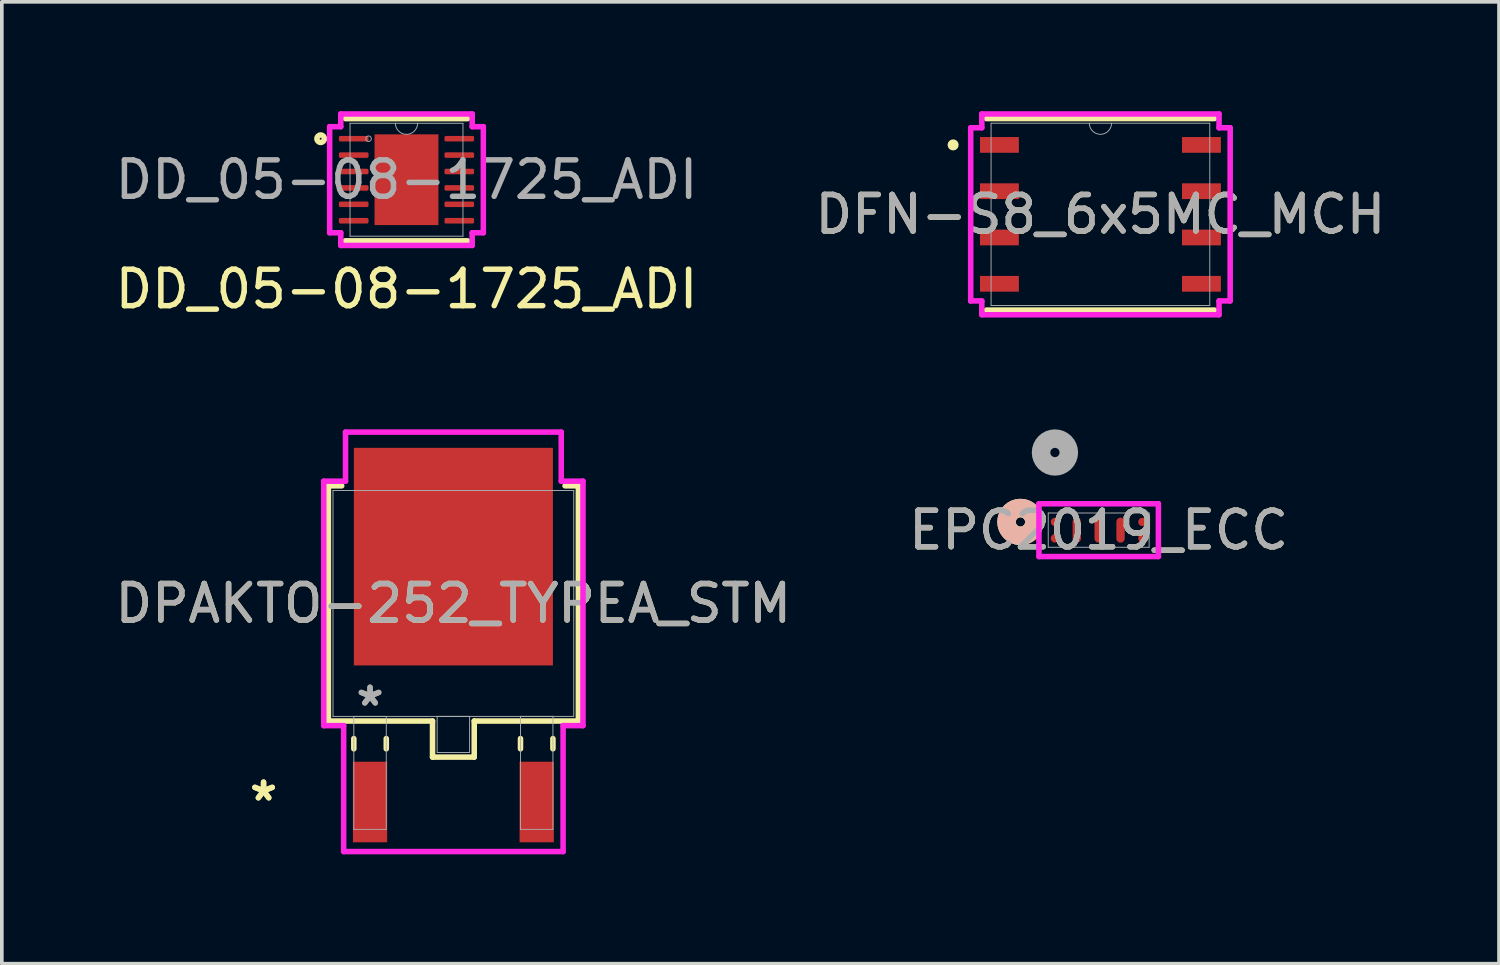
<source format=kicad_pcb>
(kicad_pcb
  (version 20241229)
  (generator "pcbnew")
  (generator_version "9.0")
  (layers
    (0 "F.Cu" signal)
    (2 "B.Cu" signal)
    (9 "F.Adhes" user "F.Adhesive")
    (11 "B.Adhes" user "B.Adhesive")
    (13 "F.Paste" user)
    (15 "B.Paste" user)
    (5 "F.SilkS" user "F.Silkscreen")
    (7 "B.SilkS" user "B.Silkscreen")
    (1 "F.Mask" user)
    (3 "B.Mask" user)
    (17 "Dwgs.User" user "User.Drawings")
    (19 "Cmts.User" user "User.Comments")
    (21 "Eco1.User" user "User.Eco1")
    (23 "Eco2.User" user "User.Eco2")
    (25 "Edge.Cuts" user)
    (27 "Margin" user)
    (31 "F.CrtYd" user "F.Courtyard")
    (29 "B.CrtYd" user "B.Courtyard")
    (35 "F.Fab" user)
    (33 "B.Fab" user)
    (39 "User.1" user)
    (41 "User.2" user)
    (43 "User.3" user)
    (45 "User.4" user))
  (footprint "DFN-S8_6x5MC_MCH"
    (layer "F.Cu")
    (at 27.137 2.83)
    (property "Reference" "DFN-S8_6x5MC_MCH" (at 0 0 0) (unlocked yes) (layer "F.SilkS") (effects (font (size 1 1) (thickness 0.15))))
    (attr smd)
    (fp_line (start -3.127 2.627) (end 3.127 2.627) (stroke (width 0.152) (type solid)) (layer "F.SilkS"))
    (fp_line (start 3.127 -2.627) (end -3.127 -2.627) (stroke (width 0.152) (type solid)) (layer "F.SilkS"))
    (fp_circle (center -4.041 -1.905) (end -3.965 -1.905) (stroke (width 0.152) (type solid)) (fill no) (layer "F.SilkS"))
    (fp_line (start -3.559 -2.375) (end -3.254 -2.375) (stroke (width 0.152) (type solid)) (layer "F.CrtYd"))
    (fp_line (start -3.559 2.375) (end -3.559 -2.375) (stroke (width 0.152) (type solid)) (layer "F.CrtYd"))
    (fp_line (start -3.559 2.375) (end -3.254 2.375) (stroke (width 0.152) (type solid)) (layer "F.CrtYd"))
    (fp_line (start -3.254 -2.754) (end 3.254 -2.754) (stroke (width 0.152) (type solid)) (layer "F.CrtYd"))
    (fp_line (start -3.254 -2.375) (end -3.254 -2.754) (stroke (width 0.152) (type solid)) (layer "F.CrtYd"))
    (fp_line (start -3.254 2.754) (end -3.254 2.375) (stroke (width 0.152) (type solid)) (layer "F.CrtYd"))
    (fp_line (start 3.254 -2.754) (end 3.254 -2.375) (stroke (width 0.152) (type solid)) (layer "F.CrtYd"))
    (fp_line (start 3.254 2.375) (end 3.254 2.754) (stroke (width 0.152) (type solid)) (layer "F.CrtYd"))
    (fp_line (start 3.254 2.754) (end -3.254 2.754) (stroke (width 0.152) (type solid)) (layer "F.CrtYd"))
    (fp_line (start 3.559 -2.375) (end 3.254 -2.375) (stroke (width 0.152) (type solid)) (layer "F.CrtYd"))
    (fp_line (start 3.559 -2.375) (end 3.559 2.375) (stroke (width 0.152) (type solid)) (layer "F.CrtYd"))
    (fp_line (start 3.559 2.375) (end 3.254 2.375) (stroke (width 0.152) (type solid)) (layer "F.CrtYd"))
    (fp_line (start -3 -2.5) (end -3 2.5) (stroke (width 0.025) (type solid)) (layer "F.Fab"))
    (fp_line (start -3 2.5) (end 3 2.5) (stroke (width 0.025) (type solid)) (layer "F.Fab"))
    (fp_line (start 3 -2.5) (end -3 -2.5) (stroke (width 0.025) (type solid)) (layer "F.Fab"))
    (fp_line (start 3 2.5) (end 3 -2.5) (stroke (width 0.025) (type solid)) (layer "F.Fab"))
    (fp_arc (start 0.3048 -2.5) (mid 0 -2.1952) (end -0.3048 -2.5) (stroke (width 0.0254) (type solid)) (layer "F.Fab"))
    (fp_text user "${REFERENCE}" (at 0 0 0) (unlocked yes) (layer "F.Fab") (effects (font (size 1 1) (thickness 0.15))))
    (pad "1" smd rect (at -2.771 -1.905) (size 1.067 0.432) (layers "F.Cu" "F.Mask" "F.Paste"))
    (pad "2" smd rect (at -2.771 -0.635) (size 1.067 0.432) (layers "F.Cu" "F.Mask" "F.Paste"))
    (pad "3" smd rect (at -2.771 0.635) (size 1.067 0.432) (layers "F.Cu" "F.Mask" "F.Paste"))
    (pad "4" smd rect (at -2.771 1.905) (size 1.067 0.432) (layers "F.Cu" "F.Mask" "F.Paste"))
    (pad "5" smd rect (at 2.771 1.905) (size 1.067 0.432) (layers "F.Cu" "F.Mask" "F.Paste"))
    (pad "6" smd rect (at 2.771 0.635) (size 1.067 0.432) (layers "F.Cu" "F.Mask" "F.Paste"))
    (pad "7" smd rect (at 2.771 -0.635) (size 1.067 0.432) (layers "F.Cu" "F.Mask" "F.Paste"))
    (pad "8" smd rect (at 2.771 -1.905) (size 1.067 0.432) (layers "F.Cu" "F.Mask" "F.Paste")))
  (footprint "DD_05-08-1725_ADI"
    (layer "F.Cu")
    (at 8.101 1.88)
    (property "Reference" "DD_05-08-1725_ADI" (at 0 3 0) (layer "F.SilkS") (effects (font (size 1 1) (thickness 0.15))))
    (attr smd)
    (fp_line (start -1.676 1.676) (end 1.676 1.676) (stroke (width 0.152) (type solid)) (layer "F.SilkS"))
    (fp_line (start 1.676 -1.676) (end -1.676 -1.676) (stroke (width 0.152) (type solid)) (layer "F.SilkS"))
    (fp_circle (center -2.355 -1.125) (end -2.253 -1.125) (stroke (width 0.152) (type solid)) (fill no) (layer "F.SilkS"))
    (fp_line (start -2.108 -1.455) (end -1.803 -1.455) (stroke (width 0.152) (type solid)) (layer "F.CrtYd"))
    (fp_line (start -2.108 1.455) (end -2.108 -1.455) (stroke (width 0.152) (type solid)) (layer "F.CrtYd"))
    (fp_line (start -2.108 1.455) (end -1.803 1.455) (stroke (width 0.152) (type solid)) (layer "F.CrtYd"))
    (fp_line (start -1.803 -1.803) (end 1.803 -1.803) (stroke (width 0.152) (type solid)) (layer "F.CrtYd"))
    (fp_line (start -1.803 -1.455) (end -1.803 -1.803) (stroke (width 0.152) (type solid)) (layer "F.CrtYd"))
    (fp_line (start -1.803 1.803) (end -1.803 1.455) (stroke (width 0.152) (type solid)) (layer "F.CrtYd"))
    (fp_line (start 1.803 -1.803) (end 1.803 -1.455) (stroke (width 0.152) (type solid)) (layer "F.CrtYd"))
    (fp_line (start 1.803 1.455) (end 1.803 1.803) (stroke (width 0.152) (type solid)) (layer "F.CrtYd"))
    (fp_line (start 1.803 1.803) (end -1.803 1.803) (stroke (width 0.152) (type solid)) (layer "F.CrtYd"))
    (fp_line (start 2.108 -1.455) (end 1.803 -1.455) (stroke (width 0.152) (type solid)) (layer "F.CrtYd"))
    (fp_line (start 2.108 -1.455) (end 2.108 1.455) (stroke (width 0.152) (type solid)) (layer "F.CrtYd"))
    (fp_line (start 2.108 1.455) (end 1.803 1.455) (stroke (width 0.152) (type solid)) (layer "F.CrtYd"))
    (fp_line (start -1.549 -1.549) (end -1.549 1.549) (stroke (width 0.025) (type solid)) (layer "F.Fab"))
    (fp_line (start -1.549 1.549) (end 1.549 1.549) (stroke (width 0.025) (type solid)) (layer "F.Fab"))
    (fp_line (start 1.549 -1.549) (end -1.549 -1.549) (stroke (width 0.025) (type solid)) (layer "F.Fab"))
    (fp_line (start 1.549 1.549) (end 1.549 -1.549) (stroke (width 0.025) (type solid)) (layer "F.Fab"))
    (fp_arc (start 0.3048 -1.5494) (mid 0 -1.2446) (end -0.3048 -1.5494) (stroke (width 0.0254) (type solid)) (layer "F.Fab"))
    (fp_circle (center -1.041 -1.125) (end -0.965 -1.125) (stroke (width 0.025) (type solid)) (fill no) (layer "F.Fab"))
    (fp_text user "${REFERENCE}" (at 0 0 0) (layer "F.Fab") (effects (font (size 1 1) (thickness 0.15))))
    (pad "1" smd roundrect (at -1.448 -1.125) (size 0.813 0.152) (layers "F.Cu" "F.Mask" "F.Paste") (roundrect_rratio 0.25))
    (pad "2" smd roundrect (at -1.448 -0.675) (size 0.813 0.152) (layers "F.Cu" "F.Mask" "F.Paste") (roundrect_rratio 0.25))
    (pad "3" smd roundrect (at -1.448 -0.225) (size 0.813 0.152) (layers "F.Cu" "F.Mask" "F.Paste") (roundrect_rratio 0.25))
    (pad "4" smd roundrect (at -1.448 0.225) (size 0.813 0.152) (layers "F.Cu" "F.Mask" "F.Paste") (roundrect_rratio 0.25))
    (pad "5" smd roundrect (at -1.448 0.675) (size 0.813 0.152) (layers "F.Cu" "F.Mask" "F.Paste") (roundrect_rratio 0.25))
    (pad "6" smd roundrect (at -1.448 1.125) (size 0.813 0.152) (layers "F.Cu" "F.Mask" "F.Paste") (roundrect_rratio 0.25))
    (pad "7" smd roundrect (at 1.448 1.125) (size 0.813 0.152) (layers "F.Cu" "F.Mask" "F.Paste") (roundrect_rratio 0.25))
    (pad "8" smd roundrect (at 1.448 0.675) (size 0.813 0.152) (layers "F.Cu" "F.Mask" "F.Paste") (roundrect_rratio 0.25))
    (pad "9" smd roundrect (at 1.448 0.225) (size 0.813 0.152) (layers "F.Cu" "F.Mask" "F.Paste") (roundrect_rratio 0.25))
    (pad "10" smd roundrect (at 1.448 -0.225) (size 0.813 0.152) (layers "F.Cu" "F.Mask" "F.Paste") (roundrect_rratio 0.25))
    (pad "11" smd roundrect (at 1.448 -0.675) (size 0.813 0.152) (layers "F.Cu" "F.Mask" "F.Paste") (roundrect_rratio 0.25))
    (pad "12" smd roundrect (at 1.448 -1.125) (size 0.813 0.152) (layers "F.Cu" "F.Mask" "F.Paste") (roundrect_rratio 0.25))
    (pad "13" smd rect (at 0 0) (size 1.753 2.489) (layers "F.Cu" "F.Mask" "F.Paste")))
  (footprint "DPAKTO-252_TYPEA_STM"
    (layer "F.Cu")
    (at 9.387 13.503)
    (property "Reference" "DPAKTO-252_TYPEA_STM" (at 0 0 0) (unlocked yes) (layer "F.SilkS") (effects (font (size 1 1) (thickness 0.15))))
    (attr smd)
    (fp_line (start -3.429 -3.226) (end -3.429 3.226) (stroke (width 0.152) (type solid)) (layer "F.SilkS"))
    (fp_line (start -3.429 3.226) (end -0.572 3.226) (stroke (width 0.152) (type solid)) (layer "F.SilkS"))
    (fp_line (start -3.063 -3.226) (end -3.429 -3.226) (stroke (width 0.152) (type solid)) (layer "F.SilkS"))
    (fp_line (start -2.731 3.708) (end -2.731 3.988) (stroke (width 0.152) (type solid)) (layer "F.SilkS"))
    (fp_line (start -1.841 3.708) (end -1.841 3.988) (stroke (width 0.152) (type solid)) (layer "F.SilkS"))
    (fp_line (start -0.572 3.226) (end -0.572 4.216) (stroke (width 0.152) (type solid)) (layer "F.SilkS"))
    (fp_line (start -0.572 4.216) (end 0.572 4.216) (stroke (width 0.152) (type solid)) (layer "F.SilkS"))
    (fp_line (start 0.572 3.226) (end 3.429 3.226) (stroke (width 0.152) (type solid)) (layer "F.SilkS"))
    (fp_line (start 0.572 4.216) (end 0.572 3.226) (stroke (width 0.152) (type solid)) (layer "F.SilkS"))
    (fp_line (start 1.841 3.708) (end 1.841 3.988) (stroke (width 0.152) (type solid)) (layer "F.SilkS"))
    (fp_line (start 2.731 3.708) (end 2.731 3.988) (stroke (width 0.152) (type solid)) (layer "F.SilkS"))
    (fp_line (start 3.429 -3.226) (end 3.063 -3.226) (stroke (width 0.152) (type solid)) (layer "F.SilkS"))
    (fp_line (start 3.429 3.226) (end 3.429 -3.226) (stroke (width 0.152) (type solid)) (layer "F.SilkS"))
    (fp_line (start -3.556 -3.353) (end -2.959 -3.353) (stroke (width 0.152) (type solid)) (layer "F.CrtYd"))
    (fp_line (start -3.556 3.353) (end -3.556 -3.353) (stroke (width 0.152) (type solid)) (layer "F.CrtYd"))
    (fp_line (start -3.01 3.353) (end -3.556 3.353) (stroke (width 0.152) (type solid)) (layer "F.CrtYd"))
    (fp_line (start -3.01 6.807) (end -3.01 3.353) (stroke (width 0.152) (type solid)) (layer "F.CrtYd"))
    (fp_line (start -2.959 -4.699) (end 2.959 -4.699) (stroke (width 0.152) (type solid)) (layer "F.CrtYd"))
    (fp_line (start -2.959 -3.353) (end -2.959 -4.699) (stroke (width 0.152) (type solid)) (layer "F.CrtYd"))
    (fp_line (start 2.959 -4.699) (end 2.959 -3.353) (stroke (width 0.152) (type solid)) (layer "F.CrtYd"))
    (fp_line (start 2.959 -3.353) (end 3.556 -3.353) (stroke (width 0.152) (type solid)) (layer "F.CrtYd"))
    (fp_line (start 3.01 3.353) (end 3.01 6.807) (stroke (width 0.152) (type solid)) (layer "F.CrtYd"))
    (fp_line (start 3.01 6.807) (end -3.01 6.807) (stroke (width 0.152) (type solid)) (layer "F.CrtYd"))
    (fp_line (start 3.556 -3.353) (end 3.556 3.353) (stroke (width 0.152) (type solid)) (layer "F.CrtYd"))
    (fp_line (start 3.556 3.353) (end 3.01 3.353) (stroke (width 0.152) (type solid)) (layer "F.CrtYd"))
    (fp_line (start -3.302 -3.099) (end -3.302 3.099) (stroke (width 0.025) (type solid)) (layer "F.Fab"))
    (fp_line (start -3.302 3.099) (end 3.302 3.099) (stroke (width 0.025) (type solid)) (layer "F.Fab"))
    (fp_line (start -2.731 3.099) (end -2.731 6.198) (stroke (width 0.025) (type solid)) (layer "F.Fab"))
    (fp_line (start -2.731 6.198) (end -1.841 6.198) (stroke (width 0.025) (type solid)) (layer "F.Fab"))
    (fp_line (start -1.841 3.099) (end -2.731 3.099) (stroke (width 0.025) (type solid)) (layer "F.Fab"))
    (fp_line (start -1.841 6.198) (end -1.841 3.099) (stroke (width 0.025) (type solid)) (layer "F.Fab"))
    (fp_line (start -0.445 3.099) (end -0.445 4.089) (stroke (width 0.025) (type solid)) (layer "F.Fab"))
    (fp_line (start -0.445 4.089) (end 0.445 4.089) (stroke (width 0.025) (type solid)) (layer "F.Fab"))
    (fp_line (start 0.445 3.099) (end -0.445 3.099) (stroke (width 0.025) (type solid)) (layer "F.Fab"))
    (fp_line (start 0.445 4.089) (end 0.445 3.099) (stroke (width 0.025) (type solid)) (layer "F.Fab"))
    (fp_line (start 1.841 3.099) (end 1.841 6.198) (stroke (width 0.025) (type solid)) (layer "F.Fab"))
    (fp_line (start 1.841 6.198) (end 2.731 6.198) (stroke (width 0.025) (type solid)) (layer "F.Fab"))
    (fp_line (start 2.731 3.099) (end 1.841 3.099) (stroke (width 0.025) (type solid)) (layer "F.Fab"))
    (fp_line (start 2.731 6.198) (end 2.731 3.099) (stroke (width 0.025) (type solid)) (layer "F.Fab"))
    (fp_line (start 3.302 -3.099) (end -3.302 -3.099) (stroke (width 0.025) (type solid)) (layer "F.Fab"))
    (fp_line (start 3.302 3.099) (end 3.302 -3.099) (stroke (width 0.025) (type solid)) (layer "F.Fab"))
    (fp_text user "*" (at -5.207 5.448 0) (unlocked yes) (layer "F.SilkS") (effects (font (size 1 1) (thickness 0.15))))
    (fp_text user "*" (at -5.207 5.448 0) (layer "F.SilkS") (effects (font (size 1 1) (thickness 0.15))))
    (fp_text user "*" (at -2.286 2.845 0) (unlocked yes) (layer "F.Fab") (effects (font (size 1 1) (thickness 0.15))))
    (fp_text user "${REFERENCE}" (at 0 0 0) (unlocked yes) (layer "F.Fab") (effects (font (size 1 1) (thickness 0.15))))
    (fp_text user "*" (at -2.286 2.845 0) (layer "F.Fab") (effects (font (size 1 1) (thickness 0.15))))
    (pad "1" smd rect (at -2.286 5.448) (size 0.94 2.21) (layers "F.Cu" "F.Mask" "F.Paste"))
    (pad "2" smd rect (at 0 -1.283) (size 5.461 5.969) (layers "F.Cu" "F.Mask" "F.Paste"))
    (pad "3" smd rect (at 2.286 5.448) (size 0.94 2.21) (layers "F.Cu" "F.Mask" "F.Paste")))
  (footprint "EPC2019_ECC"
    (layer "F.Cu")
    (at 27.089 11.493)
    (property "Reference" "EPC2019_ECC" (at 0 0 0) (unlocked yes) (layer "F.SilkS") (effects (font (size 1 1) (thickness 0.15))))
    (attr smd)
    (fp_arc (start -1.802741 -0.060293) (mid -2.5273 -0.225) (end -1.802741 -0.389707) (stroke (width 0.508) (type solid)) (layer "F.SilkS"))
    (fp_circle (center -2.146 -0.225) (end -1.765 -0.225) (stroke (width 0.508) (type solid)) (fill no) (layer "B.SilkS"))
    (fp_line (start -1.638 -0.724) (end -1.638 0.724) (stroke (width 0.152) (type solid)) (layer "F.CrtYd"))
    (fp_line (start -1.638 0.724) (end 1.638 0.724) (stroke (width 0.152) (type solid)) (layer "F.CrtYd"))
    (fp_line (start 1.638 -0.724) (end -1.638 -0.724) (stroke (width 0.152) (type solid)) (layer "F.CrtYd"))
    (fp_line (start 1.638 0.724) (end 1.638 -0.724) (stroke (width 0.152) (type solid)) (layer "F.CrtYd"))
    (fp_line (start -1.384 -0.47) (end -1.384 0.47) (stroke (width 0.025) (type solid)) (layer "F.Fab"))
    (fp_line (start -1.384 0.47) (end 1.384 0.47) (stroke (width 0.025) (type solid)) (layer "F.Fab"))
    (fp_line (start 1.384 -0.47) (end -1.384 -0.47) (stroke (width 0.025) (type solid)) (layer "F.Fab"))
    (fp_line (start 1.384 0.47) (end 1.384 -0.47) (stroke (width 0.025) (type solid)) (layer "F.Fab"))
    (fp_circle (center -1.2 -2.13) (end -0.819 -2.13) (stroke (width 0.508) (type solid)) (fill no) (layer "F.Fab"))
    (fp_text user "${REFERENCE}" (at 0 0 0) (unlocked yes) (layer "F.Fab") (effects (font (size 1 1) (thickness 0.15))))
    (pad "1" smd circle (at -1.2 -0.225) (size 0.229 0.229) (layers "F.Cu" "F.Mask" "F.Paste"))
    (pad "2" smd circle (at -1.2 0.225) (size 0.229 0.229) (layers "F.Cu" "F.Mask" "F.Paste"))
    (pad "3" smd oval (at -0.6 0) (size 0.229 0.686) (layers "F.Cu" "F.Mask" "F.Paste"))
    (pad "4" smd oval (at 0 0) (size 0.229 0.686) (layers "F.Cu" "F.Mask" "F.Paste"))
    (pad "5" smd oval (at 0.6 0) (size 0.229 0.686) (layers "F.Cu" "F.Mask" "F.Paste"))
    (pad "6" smd circle (at 1.2 0.225) (size 0.229 0.229) (layers "F.Cu" "F.Mask" "F.Paste"))
    (pad "7" smd circle (at 1.2 -0.225) (size 0.229 0.229) (layers "F.Cu" "F.Mask" "F.Paste")))
  (gr_rect
    (start -3 -3)
    (end 38.071 23.386)
    (stroke (width 0.1) (type default))
    (fill no)
    (layer "Edge.Cuts")))
</source>
